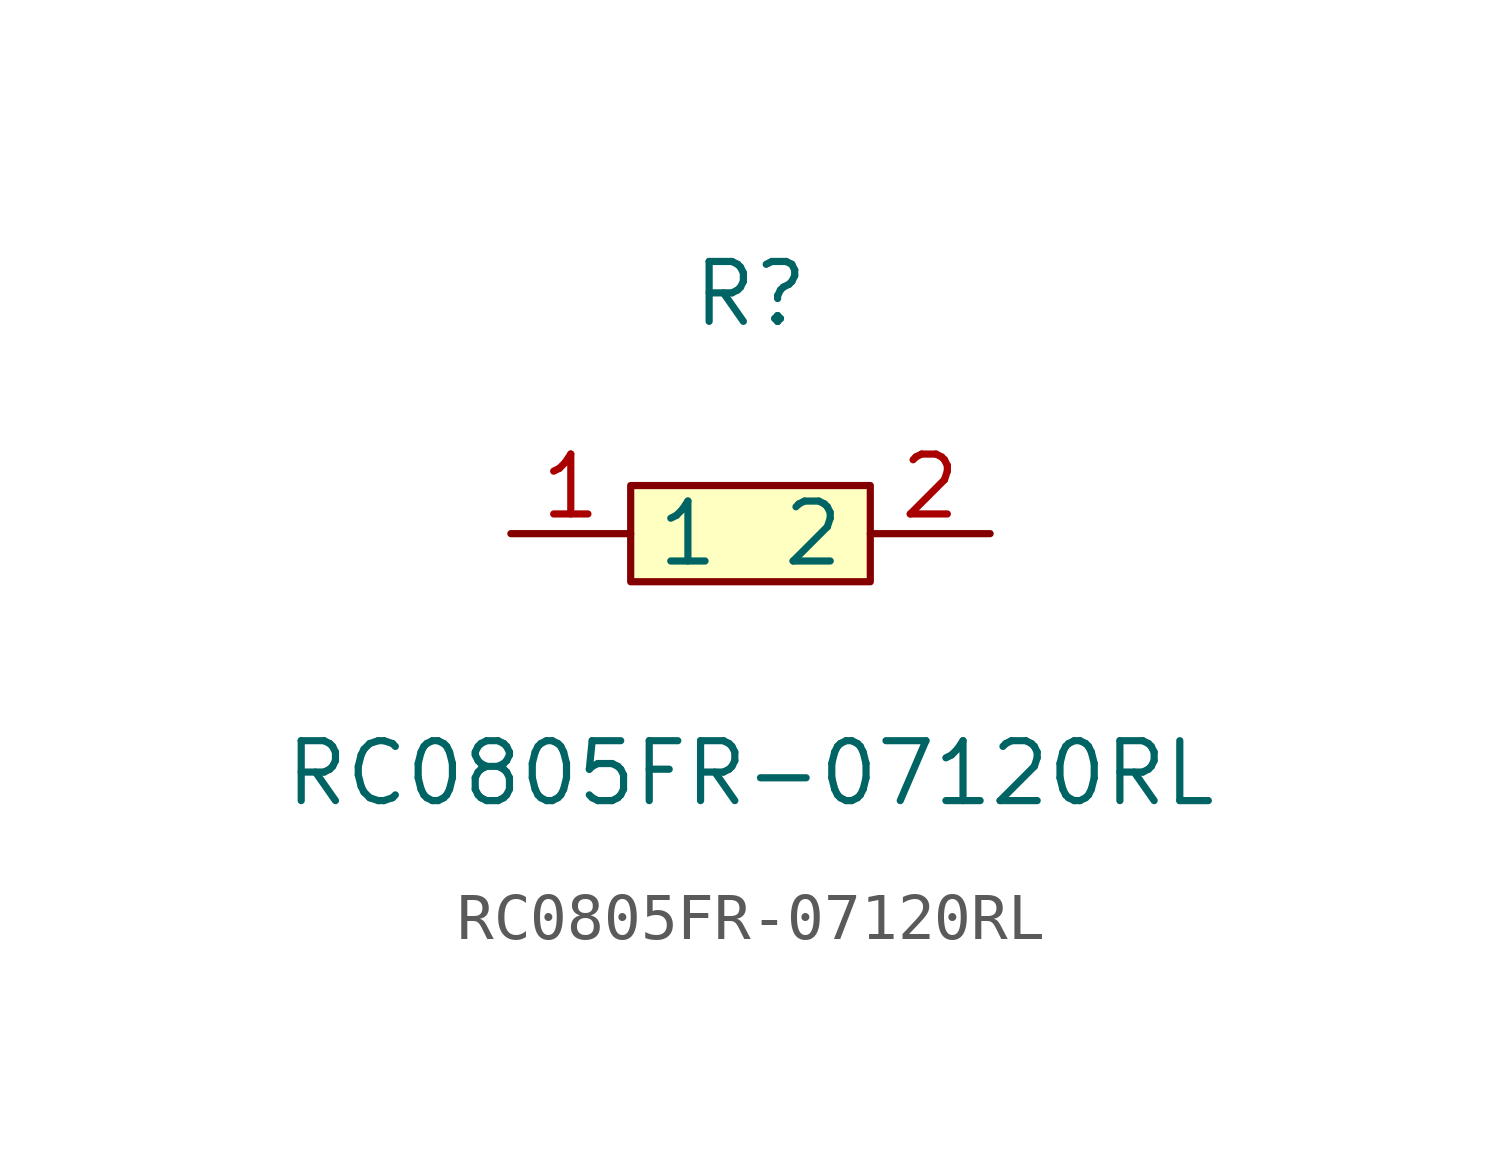
<source format=kicad_sym>
(kicad_symbol_lib
  (version 1)
  (generator "faebryk")
  (symbol "RC0805FR-07120RL"
    (property "Reference" "R"
      (at 0 5.08 0)
      (effects (font (size 1.27 1.27)) (hide no)))
    (property "Value" "RC0805FR-07120RL"
      (at 0 -5.08 0)
      (effects (font (size 1.27 1.27)) (hide no)))
    (symbol "RC0805FR-07120RL_0_1"
      (rectangle (start -2.54 1.02) (end 2.54 -1.02) (stroke (width 0) (type default) (color 0 0 0 0)) (fill (type background)))
      (pin input line (at 5.08 0 180) (length 2.54) (name "2" (effects (font (size 1.27 1.27)) (hide no))) (number "2" (effects (font (size 1.27 1.27)) (hide no))))
      (pin input line (at -5.08 0 0) (length 2.54) (name "1" (effects (font (size 1.27 1.27)) (hide no))) (number "1" (effects (font (size 1.27 1.27)) (hide no)))))))
</source>
